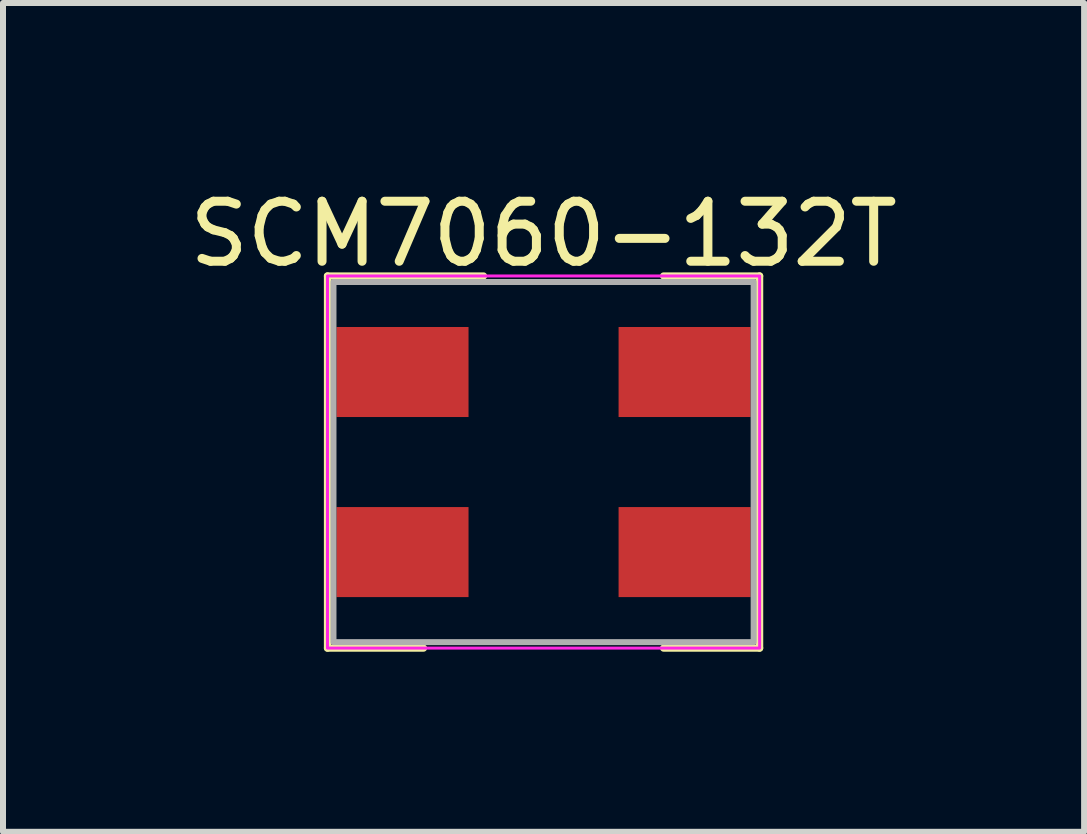
<source format=kicad_pcb>
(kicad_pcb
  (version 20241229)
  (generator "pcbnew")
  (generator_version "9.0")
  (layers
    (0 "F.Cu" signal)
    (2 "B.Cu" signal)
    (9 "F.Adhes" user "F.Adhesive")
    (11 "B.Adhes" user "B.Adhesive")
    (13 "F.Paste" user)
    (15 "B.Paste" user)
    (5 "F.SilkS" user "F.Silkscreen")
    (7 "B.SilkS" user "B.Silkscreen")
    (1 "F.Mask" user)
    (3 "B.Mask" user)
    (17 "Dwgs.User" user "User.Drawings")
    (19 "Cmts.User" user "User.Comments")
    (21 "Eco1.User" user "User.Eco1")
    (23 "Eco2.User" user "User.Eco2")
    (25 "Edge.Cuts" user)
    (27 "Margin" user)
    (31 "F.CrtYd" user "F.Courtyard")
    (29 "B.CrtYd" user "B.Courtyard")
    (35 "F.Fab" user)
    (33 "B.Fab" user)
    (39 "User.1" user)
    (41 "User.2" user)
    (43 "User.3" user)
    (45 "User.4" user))
  (footprint "SCM7060-132T"
    (layer "F.Cu")
    (at 6.006 4.648)
    (property "Reference" "SCM7060-132T" (at 0 -3.8 0) (unlocked yes) (layer "F.SilkS") (effects (font (size 1 1) (thickness 0.15))))
    (attr smd)
    (fp_line (start -3.6 -3.1) (end -3.6 3.1) (stroke (width 0.12) (type default)) (layer "F.SilkS"))
    (fp_line (start -3.6 -3.1) (end -1 -3.1) (stroke (width 0.12) (type default)) (layer "F.SilkS"))
    (fp_line (start -3.6 3.1) (end -2 3.1) (stroke (width 0.12) (type default)) (layer "F.SilkS"))
    (fp_line (start 3.6 -3.1) (end 2 -3.1) (stroke (width 0.12) (type default)) (layer "F.SilkS"))
    (fp_line (start 3.6 3.1) (end 2 3.1) (stroke (width 0.12) (type default)) (layer "F.SilkS"))
    (fp_line (start 3.6 3.1) (end 3.6 -3.1) (stroke (width 0.12) (type default)) (layer "F.SilkS"))
    (fp_rect (start -3.6 -3.1) (end 3.6 3.1) (stroke (width 0.05) (type default)) (fill no) (layer "F.CrtYd"))
    (fp_rect (start -3.5 -3) (end 3.5 3) (stroke (width 0.1) (type default)) (fill no) (layer "F.Fab"))
    (pad "1" smd rect (at -2.35 -1.5) (size 2.2 1.5) (layers "F.Cu" "F.Mask" "F.Paste"))
    (pad "2" smd rect (at -2.35 1.5) (size 2.2 1.5) (layers "F.Cu" "F.Mask" "F.Paste"))
    (pad "3" smd rect (at 2.35 1.5) (size 2.2 1.5) (layers "F.Cu" "F.Mask" "F.Paste"))
    (pad "4" smd rect (at 2.35 -1.5) (size 2.2 1.5) (layers "F.Cu" "F.Mask" "F.Paste")))
  (gr_rect
    (start -3 -3)
    (end 15.012 10.808)
    (stroke (width 0.1) (type default))
    (fill no)
    (layer "Edge.Cuts")))
</source>
